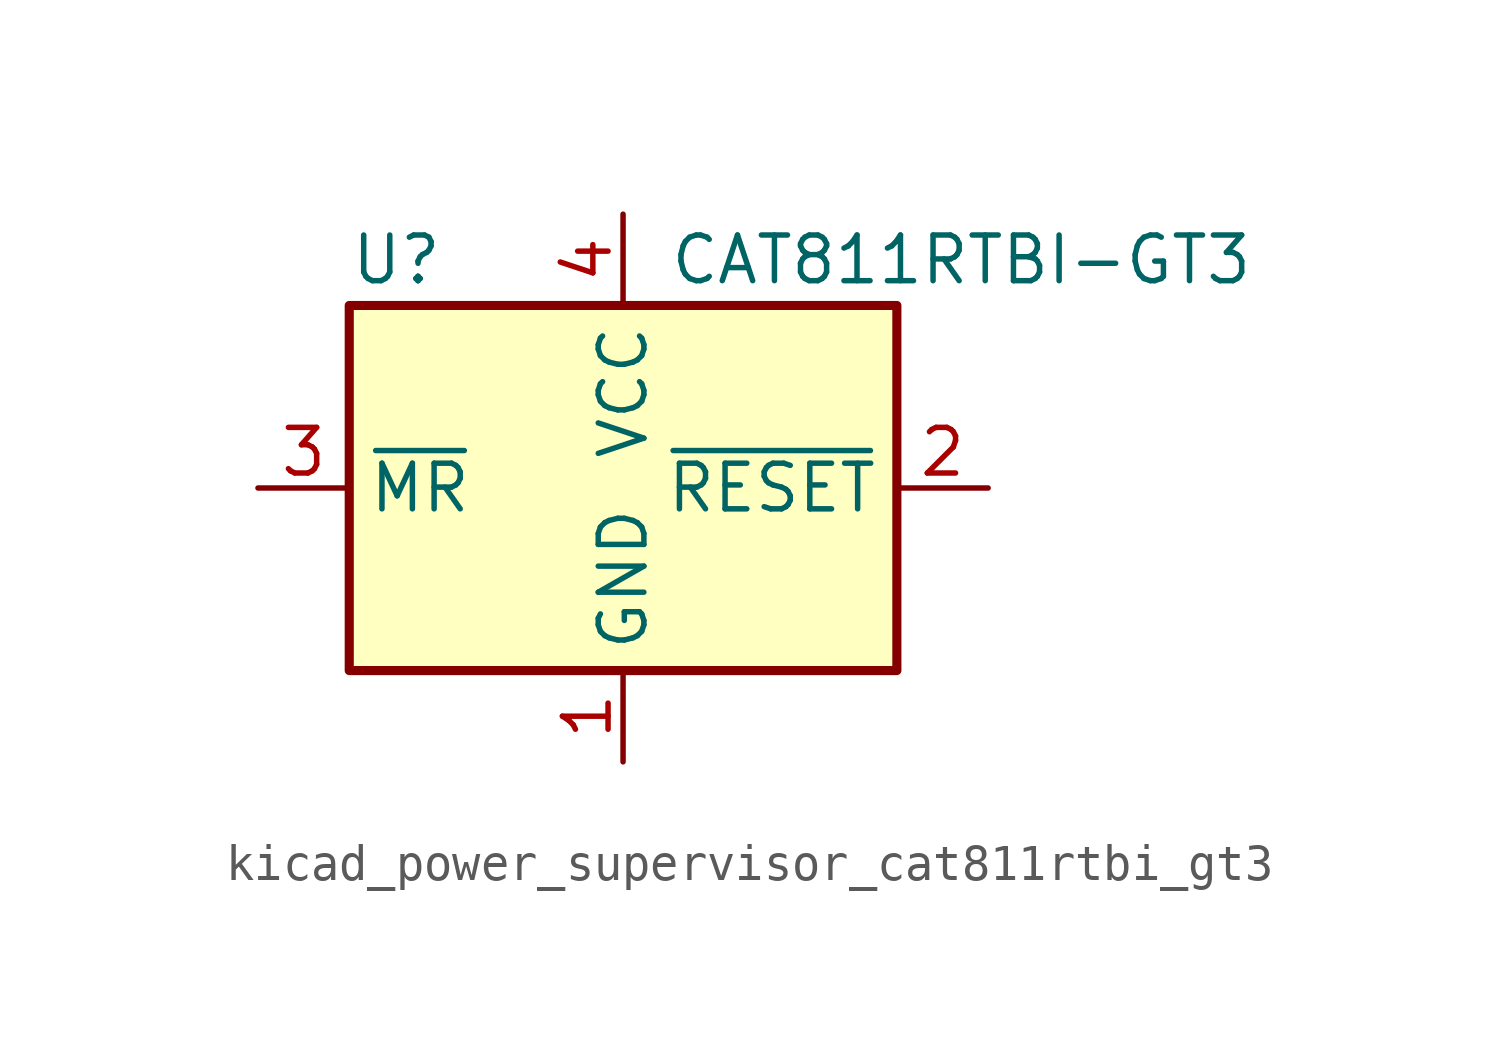
<source format=kicad_sym>
(kicad_symbol_lib
  (version 20220914)
  (generator kicad_symbol_editor)
  (symbol "kicad_power_supervisor_cat811rtbi_gt3"
    (property "Reference" "U"
      (at -7.62 6.35 0)
      (effects (font (size 1.27 1.27)) (justify left)))
    (property "Value" "CAT811RTBI-GT3"
      (at 1.27 6.35 0)
      (effects (font (size 1.27 1.27)) (justify left)))
    (symbol "kicad_power_supervisor_cat811rtbi_gt3_0_1"
      (rectangle (start -7.62 5.08) (end 7.62 -5.08) (stroke (width 0.254) (type default)) (fill (type background))))
    (symbol "kicad_power_supervisor_cat811rtbi_gt3_1_1"
      (pin power_in line (at 0 -7.62 90) (length 2.54) (name "GND" (effects (font (size 1.27 1.27)))) (number "1" (effects (font (size 1.27 1.27)))))
      (pin output line (at 10.16 0 180) (length 2.54) (name "~{RESET}" (effects (font (size 1.27 1.27)))) (number "2" (effects (font (size 1.27 1.27)))))
      (pin input line (at -10.16 0 0) (length 2.54) (name "~{MR}" (effects (font (size 1.27 1.27)))) (number "3" (effects (font (size 1.27 1.27)))))
      (pin power_in line (at 0 7.62 270) (length 2.54) (name "VCC" (effects (font (size 1.27 1.27)))) (number "4" (effects (font (size 1.27 1.27))))))))
</source>
